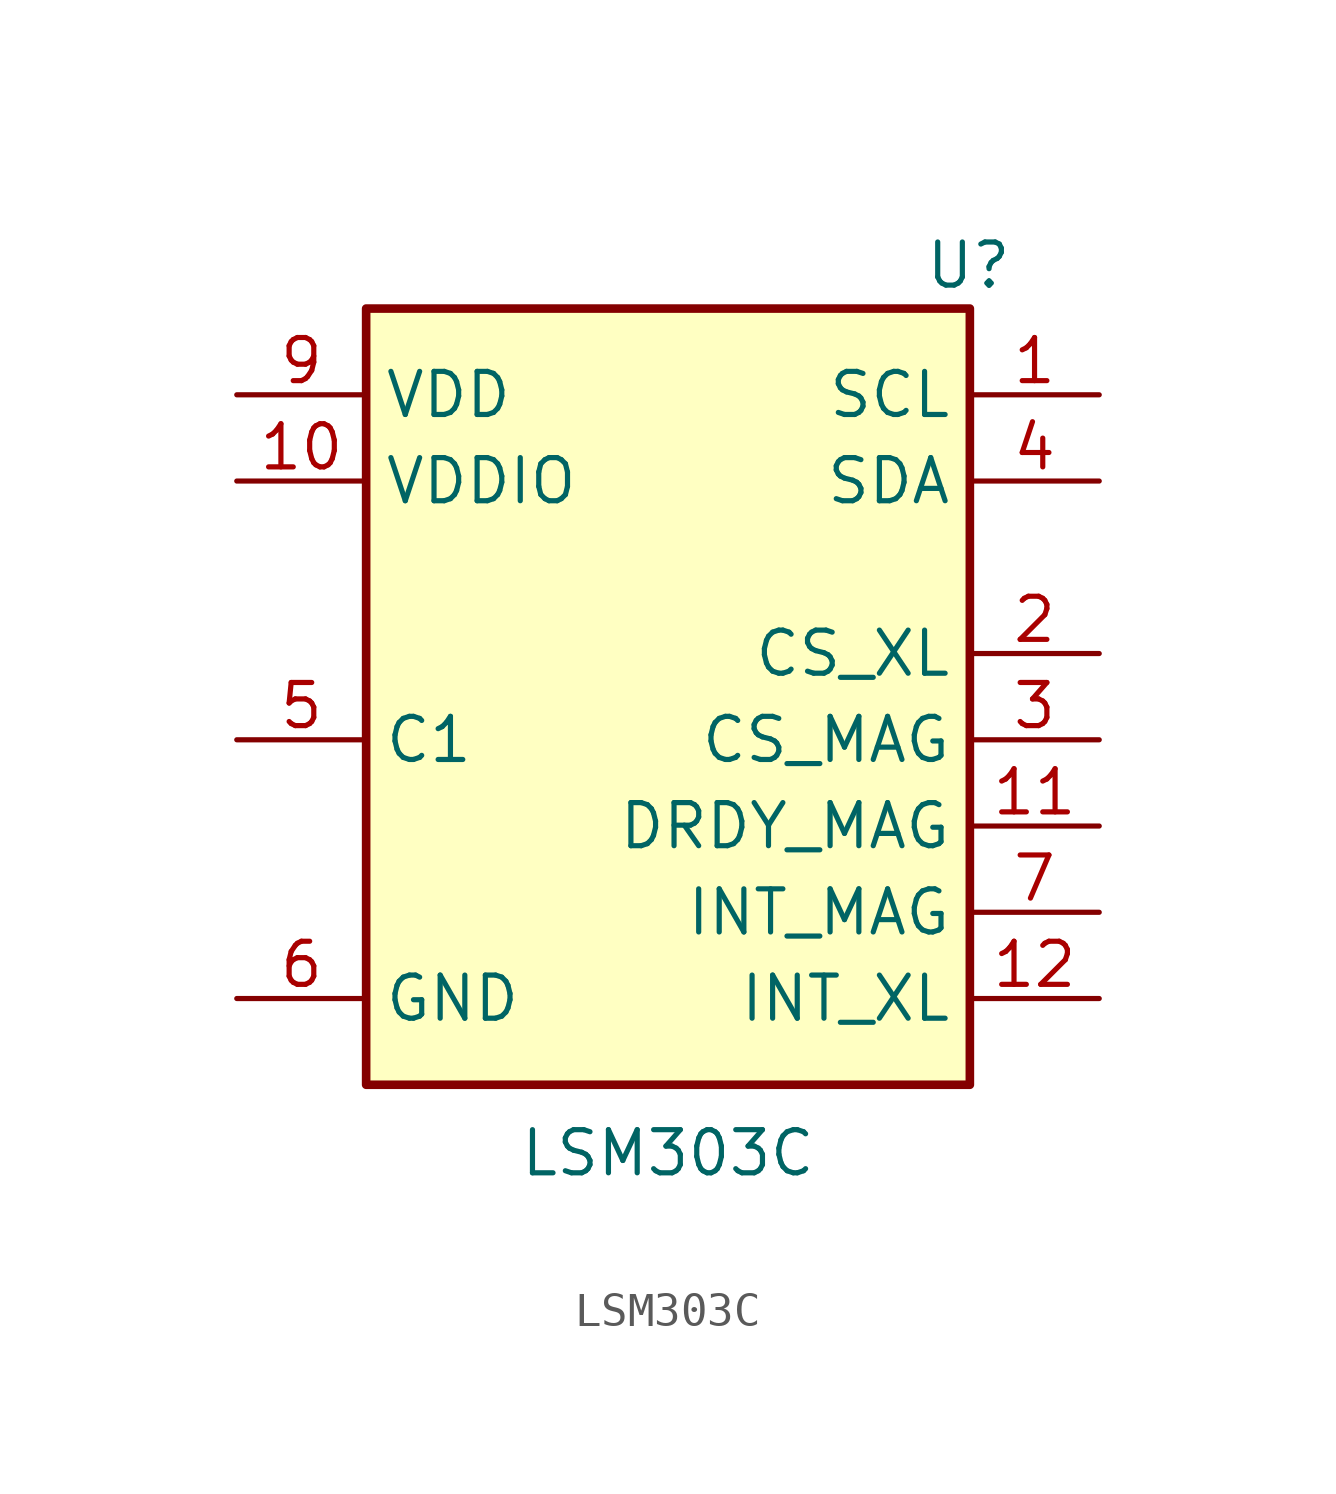
<source format=kicad_sym>
(kicad_symbol_lib
  (version 20231120)
  (generator "kicad_symbol_editor")
  (generator_version "8.99")
  (symbol "LSM303C"
    (property "Reference" "U"
      (at 10.16 12.7 0)
      (effects (font (size 1.27 1.27)) (justify right)))
    (property "Value" "LSM303C"
      (at 0 -12.7 0)
      (effects (font (size 1.27 1.27)) (justify top)))
    (symbol "LSM303C_0_1"
      (rectangle (start 8.89 11.43) (end -8.89 -11.43) (stroke (width 0.254) (type solid)) (fill (type background))))
    (symbol "LSM303C_1_1"
      (pin input line (at 12.7 8.89 180) (length 3.81) (name "SCL" (effects (font (size 1.27 1.27)))) (number "1" (effects (font (size 1.27 1.27)))))
      (pin power_in line (at -12.7 6.35 0) (length 3.81) (name "VDDIO" (effects (font (size 1.27 1.27)))) (number "10" (effects (font (size 1.27 1.27)))))
      (pin output line (at 12.7 -3.81 180) (length 3.81) (name "DRDY_MAG" (effects (font (size 1.27 1.27)))) (number "11" (effects (font (size 1.27 1.27)))))
      (pin output line (at 12.7 -8.89 180) (length 3.81) (name "INT_XL" (effects (font (size 1.27 1.27)))) (number "12" (effects (font (size 1.27 1.27)))))
      (pin input line (at 12.7 1.27 180) (length 3.81) (name "CS_XL" (effects (font (size 1.27 1.27)))) (number "2" (effects (font (size 1.27 1.27)))))
      (pin input line (at 12.7 -1.27 180) (length 3.81) (name "CS_MAG" (effects (font (size 1.27 1.27)))) (number "3" (effects (font (size 1.27 1.27)))))
      (pin bidirectional line (at 12.7 6.35 180) (length 3.81) (name "SDA" (effects (font (size 1.27 1.27)))) (number "4" (effects (font (size 1.27 1.27)))))
      (pin passive line (at -12.7 -1.27 0) (length 3.81) (name "C1" (effects (font (size 1.27 1.27)))) (number "5" (effects (font (size 1.27 1.27)))))
      (pin power_in line (at -12.7 -8.89 0) (length 3.81) (name "GND" (effects (font (size 1.27 1.27)))) (number "6" (effects (font (size 1.27 1.27)))))
      (pin output line (at 12.7 -6.35 180) (length 3.81) (name "INT_MAG" (effects (font (size 1.27 1.27)))) (number "7" (effects (font (size 1.27 1.27)))))
      (pin passive line (at -12.7 -8.89 0) (length 3.81) hide (name "GND" (effects (font (size 1.27 1.27)))) (number "8" (effects (font (size 1.27 1.27)))))
      (pin power_in line (at -12.7 8.89 0) (length 3.81) (name "VDD" (effects (font (size 1.27 1.27)))) (number "9" (effects (font (size 1.27 1.27))))))))
</source>
